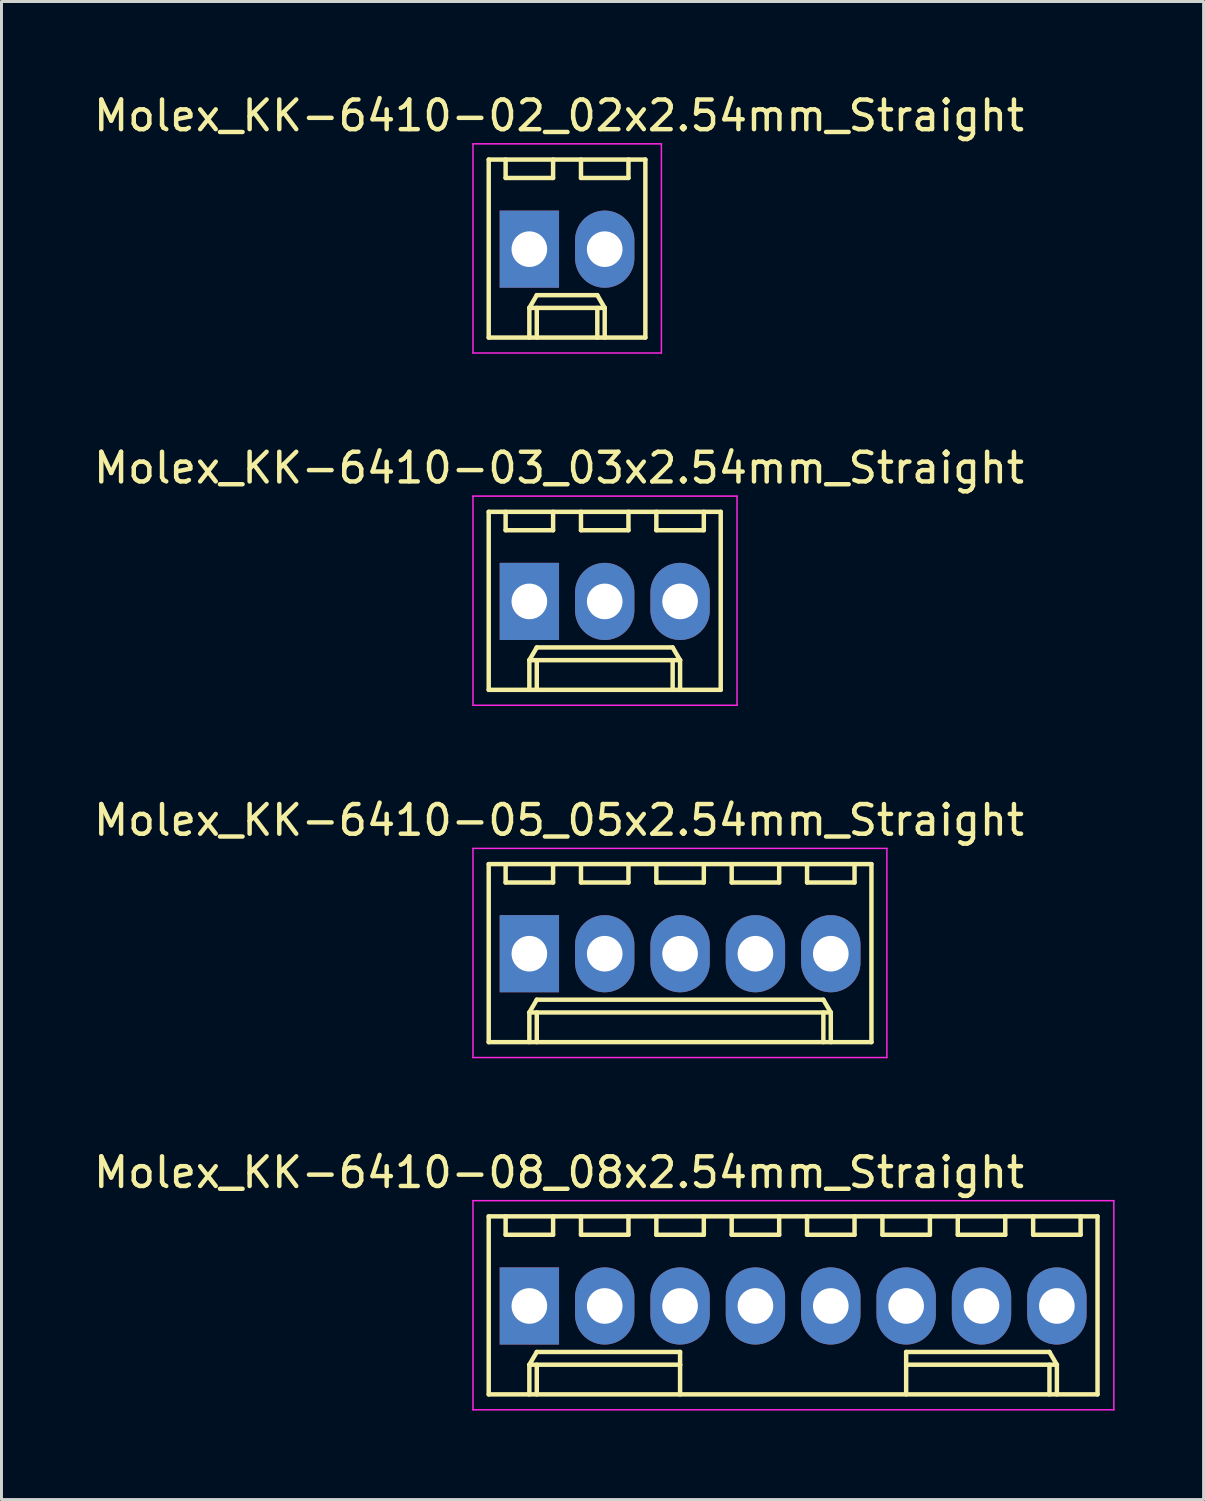
<source format=kicad_pcb>
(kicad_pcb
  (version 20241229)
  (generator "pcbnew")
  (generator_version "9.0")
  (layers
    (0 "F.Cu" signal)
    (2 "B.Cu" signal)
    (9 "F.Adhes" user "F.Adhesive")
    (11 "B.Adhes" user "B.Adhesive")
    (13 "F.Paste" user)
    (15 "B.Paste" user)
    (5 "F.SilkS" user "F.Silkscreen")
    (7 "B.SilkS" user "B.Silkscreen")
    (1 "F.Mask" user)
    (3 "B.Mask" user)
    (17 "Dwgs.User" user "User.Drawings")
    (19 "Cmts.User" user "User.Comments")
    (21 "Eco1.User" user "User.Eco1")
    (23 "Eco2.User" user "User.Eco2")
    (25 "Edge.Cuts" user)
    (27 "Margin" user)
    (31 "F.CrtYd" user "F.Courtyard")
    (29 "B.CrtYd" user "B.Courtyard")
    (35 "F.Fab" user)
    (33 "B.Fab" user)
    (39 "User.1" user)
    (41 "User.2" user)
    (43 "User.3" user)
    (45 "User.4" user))
  (footprint "Molex_KK-6410-08_08x2.54mm_Straight"
    (layer "F.Cu")
    (at 14.792 40.968)
    (property "Reference" "Molex_KK-6410-08_08x2.54mm_Straight" (at 1 -4.5 0) (layer "F.SilkS") (effects (font (size 1 1) (thickness 0.15))))
    (attr through_hole)
    (fp_line (start -1.37 -3.02) (end -1.37 2.98) (stroke (width 0.15) (type solid)) (layer "F.SilkS"))
    (fp_line (start -1.37 2.98) (end 19.15 2.98) (stroke (width 0.15) (type solid)) (layer "F.SilkS"))
    (fp_line (start -0.8 -3.02) (end -0.8 -2.4) (stroke (width 0.15) (type solid)) (layer "F.SilkS"))
    (fp_line (start -0.8 -2.4) (end 0.8 -2.4) (stroke (width 0.15) (type solid)) (layer "F.SilkS"))
    (fp_line (start 0 1.98) (end 0.25 1.55) (stroke (width 0.15) (type solid)) (layer "F.SilkS"))
    (fp_line (start 0 1.98) (end 5.08 1.98) (stroke (width 0.15) (type solid)) (layer "F.SilkS"))
    (fp_line (start 0 2.98) (end 0 1.98) (stroke (width 0.15) (type solid)) (layer "F.SilkS"))
    (fp_line (start 0.25 1.55) (end 5.08 1.55) (stroke (width 0.15) (type solid)) (layer "F.SilkS"))
    (fp_line (start 0.25 2.98) (end 0.25 1.98) (stroke (width 0.15) (type solid)) (layer "F.SilkS"))
    (fp_line (start 0.8 -2.4) (end 0.8 -3.02) (stroke (width 0.15) (type solid)) (layer "F.SilkS"))
    (fp_line (start 1.74 -3.02) (end 1.74 -2.4) (stroke (width 0.15) (type solid)) (layer "F.SilkS"))
    (fp_line (start 1.74 -2.4) (end 3.34 -2.4) (stroke (width 0.15) (type solid)) (layer "F.SilkS"))
    (fp_line (start 3.34 -2.4) (end 3.34 -3.02) (stroke (width 0.15) (type solid)) (layer "F.SilkS"))
    (fp_line (start 4.28 -3.02) (end 4.28 -2.4) (stroke (width 0.15) (type solid)) (layer "F.SilkS"))
    (fp_line (start 4.28 -2.4) (end 5.88 -2.4) (stroke (width 0.15) (type solid)) (layer "F.SilkS"))
    (fp_line (start 5.08 1.55) (end 5.08 1.98) (stroke (width 0.15) (type solid)) (layer "F.SilkS"))
    (fp_line (start 5.08 1.98) (end 5.08 2.98) (stroke (width 0.15) (type solid)) (layer "F.SilkS"))
    (fp_line (start 5.88 -2.4) (end 5.88 -3.02) (stroke (width 0.15) (type solid)) (layer "F.SilkS"))
    (fp_line (start 6.82 -3.02) (end 6.82 -2.4) (stroke (width 0.15) (type solid)) (layer "F.SilkS"))
    (fp_line (start 6.82 -2.4) (end 8.42 -2.4) (stroke (width 0.15) (type solid)) (layer "F.SilkS"))
    (fp_line (start 8.42 -2.4) (end 8.42 -3.02) (stroke (width 0.15) (type solid)) (layer "F.SilkS"))
    (fp_line (start 9.36 -3.02) (end 9.36 -2.4) (stroke (width 0.15) (type solid)) (layer "F.SilkS"))
    (fp_line (start 9.36 -2.4) (end 10.96 -2.4) (stroke (width 0.15) (type solid)) (layer "F.SilkS"))
    (fp_line (start 10.96 -2.4) (end 10.96 -3.02) (stroke (width 0.15) (type solid)) (layer "F.SilkS"))
    (fp_line (start 11.9 -3.02) (end 11.9 -2.4) (stroke (width 0.15) (type solid)) (layer "F.SilkS"))
    (fp_line (start 11.9 -2.4) (end 13.5 -2.4) (stroke (width 0.15) (type solid)) (layer "F.SilkS"))
    (fp_line (start 12.7 1.55) (end 12.7 1.98) (stroke (width 0.15) (type solid)) (layer "F.SilkS"))
    (fp_line (start 12.7 1.98) (end 12.7 2.98) (stroke (width 0.15) (type solid)) (layer "F.SilkS"))
    (fp_line (start 13.5 -2.4) (end 13.5 -3.02) (stroke (width 0.15) (type solid)) (layer "F.SilkS"))
    (fp_line (start 14.44 -3.02) (end 14.44 -2.4) (stroke (width 0.15) (type solid)) (layer "F.SilkS"))
    (fp_line (start 14.44 -2.4) (end 16.04 -2.4) (stroke (width 0.15) (type solid)) (layer "F.SilkS"))
    (fp_line (start 16.04 -2.4) (end 16.04 -3.02) (stroke (width 0.15) (type solid)) (layer "F.SilkS"))
    (fp_line (start 16.98 -3.02) (end 16.98 -2.4) (stroke (width 0.15) (type solid)) (layer "F.SilkS"))
    (fp_line (start 16.98 -2.4) (end 18.58 -2.4) (stroke (width 0.15) (type solid)) (layer "F.SilkS"))
    (fp_line (start 17.53 1.55) (end 12.7 1.55) (stroke (width 0.15) (type solid)) (layer "F.SilkS"))
    (fp_line (start 17.53 2.98) (end 17.53 1.98) (stroke (width 0.15) (type solid)) (layer "F.SilkS"))
    (fp_line (start 17.78 1.98) (end 12.7 1.98) (stroke (width 0.15) (type solid)) (layer "F.SilkS"))
    (fp_line (start 17.78 1.98) (end 17.53 1.55) (stroke (width 0.15) (type solid)) (layer "F.SilkS"))
    (fp_line (start 17.78 2.98) (end 17.78 1.98) (stroke (width 0.15) (type solid)) (layer "F.SilkS"))
    (fp_line (start 18.58 -2.4) (end 18.58 -3.02) (stroke (width 0.15) (type solid)) (layer "F.SilkS"))
    (fp_line (start 19.15 -3.02) (end -1.37 -3.02) (stroke (width 0.15) (type solid)) (layer "F.SilkS"))
    (fp_line (start 19.15 2.98) (end 19.15 -3.02) (stroke (width 0.15) (type solid)) (layer "F.SilkS"))
    (fp_line (start -1.9 -3.55) (end 19.7 -3.55) (stroke (width 0.05) (type solid)) (layer "F.CrtYd"))
    (fp_line (start -1.9 3.5) (end -1.9 -3.55) (stroke (width 0.05) (type solid)) (layer "F.CrtYd"))
    (fp_line (start 19.7 -3.55) (end 19.7 3.5) (stroke (width 0.05) (type solid)) (layer "F.CrtYd"))
    (fp_line (start 19.7 3.5) (end -1.9 3.5) (stroke (width 0.05) (type solid)) (layer "F.CrtYd"))
    (pad "1" thru_hole rect (at 0 0) (size 2 2.6) (drill 1.2) (layers "*.Cu" "*.Mask"))
    (pad "2" thru_hole oval (at 2.54 0) (size 2 2.6) (drill 1.2) (layers "*.Cu" "*.Mask"))
    (pad "3" thru_hole oval (at 5.08 0) (size 2 2.6) (drill 1.2) (layers "*.Cu" "*.Mask"))
    (pad "4" thru_hole oval (at 7.62 0) (size 2 2.6) (drill 1.2) (layers "*.Cu" "*.Mask"))
    (pad "5" thru_hole oval (at 10.16 0) (size 2 2.6) (drill 1.2) (layers "*.Cu" "*.Mask"))
    (pad "6" thru_hole oval (at 12.7 0) (size 2 2.6) (drill 1.2) (layers "*.Cu" "*.Mask"))
    (pad "7" thru_hole oval (at 15.24 0) (size 2 2.6) (drill 1.2) (layers "*.Cu" "*.Mask"))
    (pad "8" thru_hole oval (at 17.78 0) (size 2 2.6) (drill 1.2) (layers "*.Cu" "*.Mask")))
  (footprint "Molex_KK-6410-03_03x2.54mm_Straight"
    (layer "F.Cu")
    (at 14.792 17.221)
    (property "Reference" "Molex_KK-6410-03_03x2.54mm_Straight" (at 1 -4.5 0) (layer "F.SilkS") (effects (font (size 1 1) (thickness 0.15))))
    (attr through_hole)
    (fp_line (start -1.37 -3.02) (end -1.37 2.98) (stroke (width 0.15) (type solid)) (layer "F.SilkS"))
    (fp_line (start -1.37 2.98) (end 6.45 2.98) (stroke (width 0.15) (type solid)) (layer "F.SilkS"))
    (fp_line (start -0.8 -3.02) (end -0.8 -2.4) (stroke (width 0.15) (type solid)) (layer "F.SilkS"))
    (fp_line (start -0.8 -2.4) (end 0.8 -2.4) (stroke (width 0.15) (type solid)) (layer "F.SilkS"))
    (fp_line (start 0 1.98) (end 0.25 1.55) (stroke (width 0.15) (type solid)) (layer "F.SilkS"))
    (fp_line (start 0 1.98) (end 5.08 1.98) (stroke (width 0.15) (type solid)) (layer "F.SilkS"))
    (fp_line (start 0 2.98) (end 0 1.98) (stroke (width 0.15) (type solid)) (layer "F.SilkS"))
    (fp_line (start 0.25 1.55) (end 4.83 1.55) (stroke (width 0.15) (type solid)) (layer "F.SilkS"))
    (fp_line (start 0.25 2.98) (end 0.25 1.98) (stroke (width 0.15) (type solid)) (layer "F.SilkS"))
    (fp_line (start 0.8 -2.4) (end 0.8 -3.02) (stroke (width 0.15) (type solid)) (layer "F.SilkS"))
    (fp_line (start 1.74 -3.02) (end 1.74 -2.4) (stroke (width 0.15) (type solid)) (layer "F.SilkS"))
    (fp_line (start 1.74 -2.4) (end 3.34 -2.4) (stroke (width 0.15) (type solid)) (layer "F.SilkS"))
    (fp_line (start 3.34 -2.4) (end 3.34 -3.02) (stroke (width 0.15) (type solid)) (layer "F.SilkS"))
    (fp_line (start 4.28 -3.02) (end 4.28 -2.4) (stroke (width 0.15) (type solid)) (layer "F.SilkS"))
    (fp_line (start 4.28 -2.4) (end 5.88 -2.4) (stroke (width 0.15) (type solid)) (layer "F.SilkS"))
    (fp_line (start 4.83 1.55) (end 5.08 1.98) (stroke (width 0.15) (type solid)) (layer "F.SilkS"))
    (fp_line (start 4.83 2.98) (end 4.83 1.98) (stroke (width 0.15) (type solid)) (layer "F.SilkS"))
    (fp_line (start 5.08 1.98) (end 5.08 2.98) (stroke (width 0.15) (type solid)) (layer "F.SilkS"))
    (fp_line (start 5.88 -2.4) (end 5.88 -3.02) (stroke (width 0.15) (type solid)) (layer "F.SilkS"))
    (fp_line (start 6.45 -3.02) (end -1.37 -3.02) (stroke (width 0.15) (type solid)) (layer "F.SilkS"))
    (fp_line (start 6.45 2.98) (end 6.45 -3.02) (stroke (width 0.15) (type solid)) (layer "F.SilkS"))
    (fp_line (start -1.9 -3.55) (end 7 -3.55) (stroke (width 0.05) (type solid)) (layer "F.CrtYd"))
    (fp_line (start -1.9 3.5) (end -1.9 -3.55) (stroke (width 0.05) (type solid)) (layer "F.CrtYd"))
    (fp_line (start 7 -3.55) (end 7 3.5) (stroke (width 0.05) (type solid)) (layer "F.CrtYd"))
    (fp_line (start 7 3.5) (end -1.9 3.5) (stroke (width 0.05) (type solid)) (layer "F.CrtYd"))
    (pad "1" thru_hole rect (at 0 0) (size 2 2.6) (drill 1.2) (layers "*.Cu" "*.Mask"))
    (pad "2" thru_hole oval (at 2.54 0) (size 2 2.6) (drill 1.2) (layers "*.Cu" "*.Mask"))
    (pad "3" thru_hole oval (at 5.08 0) (size 2 2.6) (drill 1.2) (layers "*.Cu" "*.Mask")))
  (footprint "Molex_KK-6410-05_05x2.54mm_Straight"
    (layer "F.Cu")
    (at 14.792 29.095)
    (property "Reference" "Molex_KK-6410-05_05x2.54mm_Straight" (at 1 -4.5 0) (layer "F.SilkS") (effects (font (size 1 1) (thickness 0.15))))
    (attr through_hole)
    (fp_line (start -1.37 -3.02) (end -1.37 2.98) (stroke (width 0.15) (type solid)) (layer "F.SilkS"))
    (fp_line (start -1.37 2.98) (end 11.53 2.98) (stroke (width 0.15) (type solid)) (layer "F.SilkS"))
    (fp_line (start -0.8 -3.02) (end -0.8 -2.4) (stroke (width 0.15) (type solid)) (layer "F.SilkS"))
    (fp_line (start -0.8 -2.4) (end 0.8 -2.4) (stroke (width 0.15) (type solid)) (layer "F.SilkS"))
    (fp_line (start 0 1.98) (end 0.25 1.55) (stroke (width 0.15) (type solid)) (layer "F.SilkS"))
    (fp_line (start 0 1.98) (end 10.16 1.98) (stroke (width 0.15) (type solid)) (layer "F.SilkS"))
    (fp_line (start 0 2.98) (end 0 1.98) (stroke (width 0.15) (type solid)) (layer "F.SilkS"))
    (fp_line (start 0.25 1.55) (end 9.91 1.55) (stroke (width 0.15) (type solid)) (layer "F.SilkS"))
    (fp_line (start 0.25 2.98) (end 0.25 1.98) (stroke (width 0.15) (type solid)) (layer "F.SilkS"))
    (fp_line (start 0.8 -2.4) (end 0.8 -3.02) (stroke (width 0.15) (type solid)) (layer "F.SilkS"))
    (fp_line (start 1.74 -3.02) (end 1.74 -2.4) (stroke (width 0.15) (type solid)) (layer "F.SilkS"))
    (fp_line (start 1.74 -2.4) (end 3.34 -2.4) (stroke (width 0.15) (type solid)) (layer "F.SilkS"))
    (fp_line (start 3.34 -2.4) (end 3.34 -3.02) (stroke (width 0.15) (type solid)) (layer "F.SilkS"))
    (fp_line (start 4.28 -3.02) (end 4.28 -2.4) (stroke (width 0.15) (type solid)) (layer "F.SilkS"))
    (fp_line (start 4.28 -2.4) (end 5.88 -2.4) (stroke (width 0.15) (type solid)) (layer "F.SilkS"))
    (fp_line (start 5.88 -2.4) (end 5.88 -3.02) (stroke (width 0.15) (type solid)) (layer "F.SilkS"))
    (fp_line (start 6.82 -3.02) (end 6.82 -2.4) (stroke (width 0.15) (type solid)) (layer "F.SilkS"))
    (fp_line (start 6.82 -2.4) (end 8.42 -2.4) (stroke (width 0.15) (type solid)) (layer "F.SilkS"))
    (fp_line (start 8.42 -2.4) (end 8.42 -3.02) (stroke (width 0.15) (type solid)) (layer "F.SilkS"))
    (fp_line (start 9.36 -3.02) (end 9.36 -2.4) (stroke (width 0.15) (type solid)) (layer "F.SilkS"))
    (fp_line (start 9.36 -2.4) (end 10.96 -2.4) (stroke (width 0.15) (type solid)) (layer "F.SilkS"))
    (fp_line (start 9.91 1.55) (end 10.16 1.98) (stroke (width 0.15) (type solid)) (layer "F.SilkS"))
    (fp_line (start 9.91 2.98) (end 9.91 1.98) (stroke (width 0.15) (type solid)) (layer "F.SilkS"))
    (fp_line (start 10.16 1.98) (end 10.16 2.98) (stroke (width 0.15) (type solid)) (layer "F.SilkS"))
    (fp_line (start 10.96 -2.4) (end 10.96 -3.02) (stroke (width 0.15) (type solid)) (layer "F.SilkS"))
    (fp_line (start 11.53 -3.02) (end -1.37 -3.02) (stroke (width 0.15) (type solid)) (layer "F.SilkS"))
    (fp_line (start 11.53 2.98) (end 11.53 -3.02) (stroke (width 0.15) (type solid)) (layer "F.SilkS"))
    (fp_line (start -1.9 -3.55) (end 12.05 -3.55) (stroke (width 0.05) (type solid)) (layer "F.CrtYd"))
    (fp_line (start -1.9 3.5) (end -1.9 -3.55) (stroke (width 0.05) (type solid)) (layer "F.CrtYd"))
    (fp_line (start 12.05 -3.55) (end 12.05 3.5) (stroke (width 0.05) (type solid)) (layer "F.CrtYd"))
    (fp_line (start 12.05 3.5) (end -1.9 3.5) (stroke (width 0.05) (type solid)) (layer "F.CrtYd"))
    (pad "1" thru_hole rect (at 0 0) (size 2 2.6) (drill 1.2) (layers "*.Cu" "*.Mask"))
    (pad "2" thru_hole oval (at 2.54 0) (size 2 2.6) (drill 1.2) (layers "*.Cu" "*.Mask"))
    (pad "3" thru_hole oval (at 5.08 0) (size 2 2.6) (drill 1.2) (layers "*.Cu" "*.Mask"))
    (pad "4" thru_hole oval (at 7.62 0) (size 2 2.6) (drill 1.2) (layers "*.Cu" "*.Mask"))
    (pad "5" thru_hole oval (at 10.16 0) (size 2 2.6) (drill 1.2) (layers "*.Cu" "*.Mask")))
  (footprint "Molex_KK-6410-02_02x2.54mm_Straight"
    (layer "F.Cu")
    (at 14.792 5.348)
    (property "Reference" "Molex_KK-6410-02_02x2.54mm_Straight" (at 1 -4.5 0) (layer "F.SilkS") (effects (font (size 1 1) (thickness 0.15))))
    (attr through_hole)
    (fp_line (start -1.37 -3.02) (end -1.37 2.98) (stroke (width 0.15) (type solid)) (layer "F.SilkS"))
    (fp_line (start -1.37 2.98) (end 3.91 2.98) (stroke (width 0.15) (type solid)) (layer "F.SilkS"))
    (fp_line (start -0.8 -3.02) (end -0.8 -2.4) (stroke (width 0.15) (type solid)) (layer "F.SilkS"))
    (fp_line (start -0.8 -2.4) (end 0.8 -2.4) (stroke (width 0.15) (type solid)) (layer "F.SilkS"))
    (fp_line (start 0 1.98) (end 0.25 1.55) (stroke (width 0.15) (type solid)) (layer "F.SilkS"))
    (fp_line (start 0 1.98) (end 2.54 1.98) (stroke (width 0.15) (type solid)) (layer "F.SilkS"))
    (fp_line (start 0 2.98) (end 0 1.98) (stroke (width 0.15) (type solid)) (layer "F.SilkS"))
    (fp_line (start 0.25 1.55) (end 2.29 1.55) (stroke (width 0.15) (type solid)) (layer "F.SilkS"))
    (fp_line (start 0.25 2.98) (end 0.25 1.98) (stroke (width 0.15) (type solid)) (layer "F.SilkS"))
    (fp_line (start 0.8 -2.4) (end 0.8 -3.02) (stroke (width 0.15) (type solid)) (layer "F.SilkS"))
    (fp_line (start 1.74 -3.02) (end 1.74 -2.4) (stroke (width 0.15) (type solid)) (layer "F.SilkS"))
    (fp_line (start 1.74 -2.4) (end 3.34 -2.4) (stroke (width 0.15) (type solid)) (layer "F.SilkS"))
    (fp_line (start 2.29 1.55) (end 2.54 1.98) (stroke (width 0.15) (type solid)) (layer "F.SilkS"))
    (fp_line (start 2.29 2.98) (end 2.29 1.98) (stroke (width 0.15) (type solid)) (layer "F.SilkS"))
    (fp_line (start 2.54 1.98) (end 2.54 2.98) (stroke (width 0.15) (type solid)) (layer "F.SilkS"))
    (fp_line (start 3.34 -2.4) (end 3.34 -3.02) (stroke (width 0.15) (type solid)) (layer "F.SilkS"))
    (fp_line (start 3.91 -3.02) (end -1.37 -3.02) (stroke (width 0.15) (type solid)) (layer "F.SilkS"))
    (fp_line (start 3.91 2.98) (end 3.91 -3.02) (stroke (width 0.15) (type solid)) (layer "F.SilkS"))
    (fp_line (start -1.9 -3.55) (end 4.45 -3.55) (stroke (width 0.05) (type solid)) (layer "F.CrtYd"))
    (fp_line (start -1.9 3.5) (end -1.9 -3.55) (stroke (width 0.05) (type solid)) (layer "F.CrtYd"))
    (fp_line (start 4.45 -3.55) (end 4.45 3.5) (stroke (width 0.05) (type solid)) (layer "F.CrtYd"))
    (fp_line (start 4.45 3.5) (end -1.9 3.5) (stroke (width 0.05) (type solid)) (layer "F.CrtYd"))
    (pad "1" thru_hole rect (at 0 0) (size 2 2.6) (drill 1.2) (layers "*.Cu" "*.Mask"))
    (pad "2" thru_hole oval (at 2.54 0) (size 2 2.6) (drill 1.2) (layers "*.Cu" "*.Mask")))
  (gr_rect
    (start -3 -3)
    (end 37.517 47.493)
    (stroke (width 0.1) (type default))
    (fill no)
    (layer "Edge.Cuts")))
</source>
